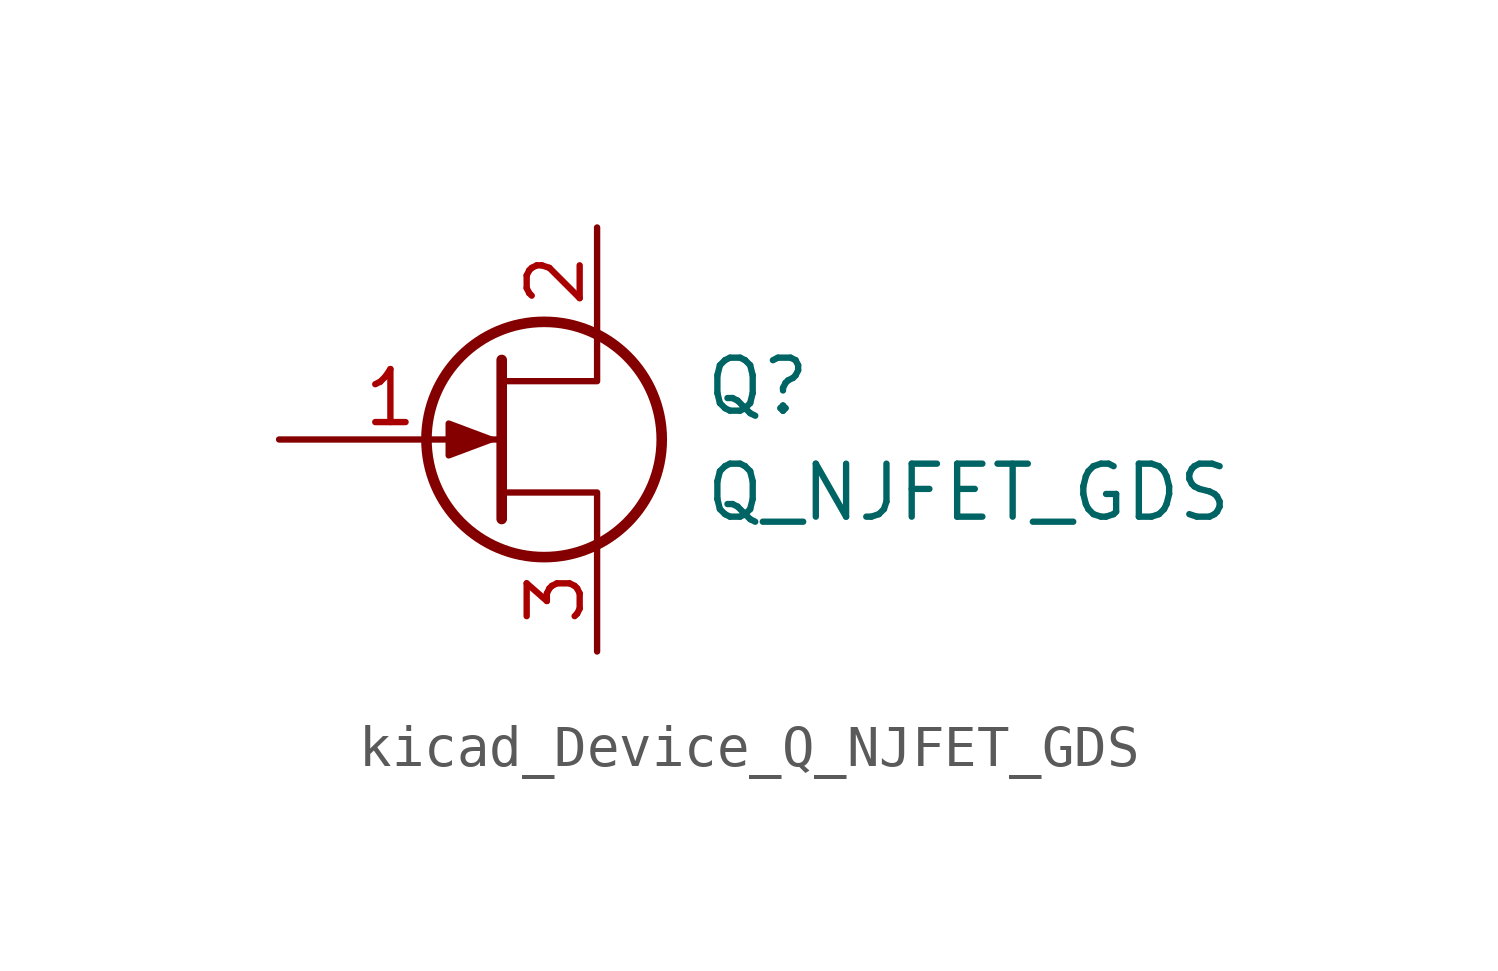
<source format=kicad_sym>
(kicad_symbol_lib
  (version 20220914)
  (generator kicad_symbol_editor)
  (symbol "kicad_Device_Q_NJFET_GDS"
    (pin_names
      (offset 0) hide)
    (property "Reference" "Q"
      (at 5.08 1.27 0)
      (effects (font (size 1.27 1.27)) (justify left)))
    (property "Value" "Q_NJFET_GDS"
      (at 5.08 -1.27 0)
      (effects (font (size 1.27 1.27)) (justify left)))
    (symbol "kicad_Device_Q_NJFET_GDS_0_1"
      (polyline (pts (xy 0.254 1.905) (xy 0.254 -1.905) (xy 0.254 -1.905)) (stroke (width 0.254) (type default)) (fill (type none)))
      (polyline (pts (xy 2.54 -2.54) (xy 2.54 -1.27) (xy 0.254 -1.27)) (stroke (width 0) (type default)) (fill (type none)))
      (polyline (pts (xy 2.54 2.54) (xy 2.54 1.397) (xy 0.254 1.397)) (stroke (width 0) (type default)) (fill (type none)))
      (polyline (pts (xy 0 0) (xy -1.016 0.381) (xy -1.016 -0.381) (xy 0 0)) (stroke (width 0) (type default)) (fill (type outline)))
      (circle (center 1.27 0) (radius 2.819) (stroke (width 0.254) (type default)) (fill (type none))))
    (symbol "kicad_Device_Q_NJFET_GDS_1_1"
      (pin input line (at -5.08 0 0) (length 5.334) (name "G" (effects (font (size 1.27 1.27)))) (number "1" (effects (font (size 1.27 1.27)))))
      (pin passive line (at 2.54 5.08 270) (length 2.54) (name "D" (effects (font (size 1.27 1.27)))) (number "2" (effects (font (size 1.27 1.27)))))
      (pin passive line (at 2.54 -5.08 90) (length 2.54) (name "S" (effects (font (size 1.27 1.27)))) (number "3" (effects (font (size 1.27 1.27))))))))
</source>
